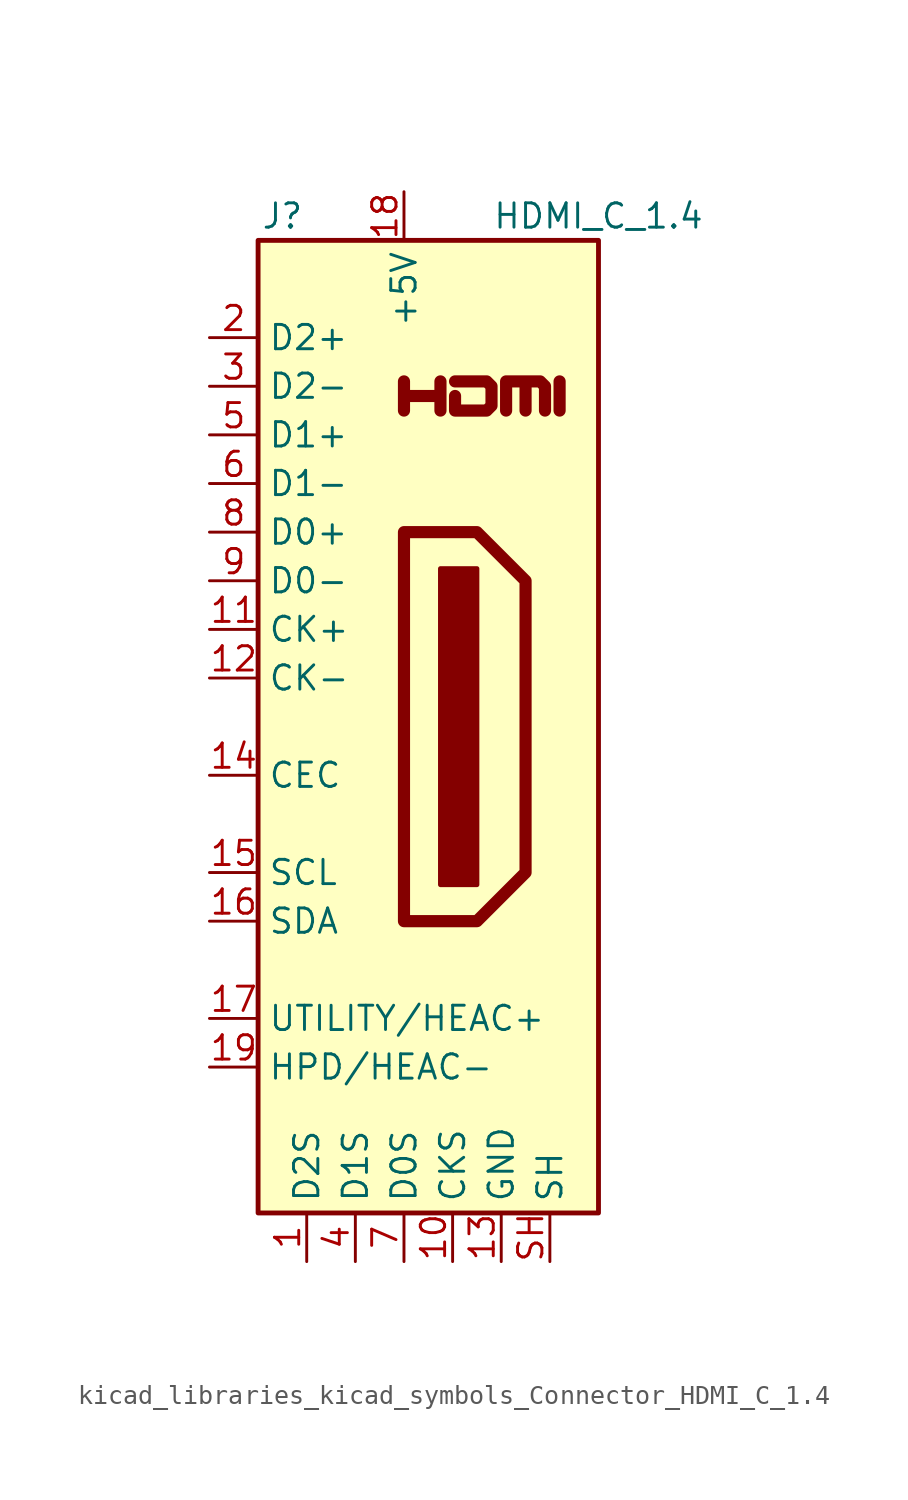
<source format=kicad_sym>
(kicad_symbol_lib
  (version 20220914)
  (generator kicad_symbol_editor)
  (symbol "kicad_libraries_kicad_symbols_Connector_HDMI_C_1.4"
    (property "Reference" "J"
      (at -6.35 26.67 0)
      (effects (font (size 1.27 1.27))))
    (property "Value" "HDMI_C_1.4"
      (at 10.16 26.67 0)
      (effects (font (size 1.27 1.27))))
    (symbol "kicad_libraries_kicad_symbols_Connector_HDMI_C_1.4_0_0"
      (polyline (pts (xy 8.128 16.51) (xy 8.128 18.034)) (stroke (width 0.635) (type default)) (fill (type none)))
      (polyline (pts (xy 0 16.51) (xy 0 18.034) (xy 0 17.272) (xy 1.905 17.272) (xy 1.905 18.034) (xy 1.905 16.51)) (stroke (width 0.635) (type default)) (fill (type none)))
      (polyline (pts (xy 2.667 18.034) (xy 4.318 18.034) (xy 4.572 17.78) (xy 4.572 16.764) (xy 4.318 16.51) (xy 2.667 16.51) (xy 2.667 17.272)) (stroke (width 0.635) (type default)) (fill (type none))))
    (symbol "kicad_libraries_kicad_symbols_Connector_HDMI_C_1.4_0_1"
      (rectangle (start -7.62 25.4) (end 10.16 -25.4) (stroke (width 0.254) (type default)) (fill (type background)))
      (polyline (pts (xy 0 10.16) (xy 3.81 10.16) (xy 6.35 7.62) (xy 6.35 -7.62) (xy 3.81 -10.16) (xy 0 -10.16) (xy 0 10.16)) (stroke (width 0.635) (type default)) (fill (type none)))
      (polyline (pts (xy 5.334 16.51) (xy 5.334 18.034) (xy 6.35 18.034) (xy 6.35 16.51) (xy 6.35 18.034) (xy 7.112 18.034) (xy 7.366 17.78) (xy 7.366 16.51)) (stroke (width 0.635) (type default)) (fill (type none)))
      (rectangle (start 1.905 8.255) (end 3.81 -8.255) (stroke (width 0.254) (type default)) (fill (type outline))))
    (symbol "kicad_libraries_kicad_symbols_Connector_HDMI_C_1.4_1_1"
      (pin power_in line (at -5.08 -27.94 90) (length 2.54) (name "D2S" (effects (font (size 1.27 1.27)))) (number "1" (effects (font (size 1.27 1.27)))))
      (pin power_in line (at 2.54 -27.94 90) (length 2.54) (name "CKS" (effects (font (size 1.27 1.27)))) (number "10" (effects (font (size 1.27 1.27)))))
      (pin passive line (at -10.16 5.08 0) (length 2.54) (name "CK+" (effects (font (size 1.27 1.27)))) (number "11" (effects (font (size 1.27 1.27)))))
      (pin passive line (at -10.16 2.54 0) (length 2.54) (name "CK-" (effects (font (size 1.27 1.27)))) (number "12" (effects (font (size 1.27 1.27)))))
      (pin power_in line (at 5.08 -27.94 90) (length 2.54) (name "GND" (effects (font (size 1.27 1.27)))) (number "13" (effects (font (size 1.27 1.27)))))
      (pin bidirectional line (at -10.16 -2.54 0) (length 2.54) (name "CEC" (effects (font (size 1.27 1.27)))) (number "14" (effects (font (size 1.27 1.27)))))
      (pin passive line (at -10.16 -7.62 0) (length 2.54) (name "SCL" (effects (font (size 1.27 1.27)))) (number "15" (effects (font (size 1.27 1.27)))))
      (pin bidirectional line (at -10.16 -10.16 0) (length 2.54) (name "SDA" (effects (font (size 1.27 1.27)))) (number "16" (effects (font (size 1.27 1.27)))))
      (pin passive line (at -10.16 -15.24 0) (length 2.54) (name "UTILITY/HEAC+" (effects (font (size 1.27 1.27)))) (number "17" (effects (font (size 1.27 1.27)))))
      (pin power_in line (at 0 27.94 270) (length 2.54) (name "+5V" (effects (font (size 1.27 1.27)))) (number "18" (effects (font (size 1.27 1.27)))))
      (pin passive line (at -10.16 -17.78 0) (length 2.54) (name "HPD/HEAC-" (effects (font (size 1.27 1.27)))) (number "19" (effects (font (size 1.27 1.27)))))
      (pin passive line (at -10.16 20.32 0) (length 2.54) (name "D2+" (effects (font (size 1.27 1.27)))) (number "2" (effects (font (size 1.27 1.27)))))
      (pin passive line (at -10.16 17.78 0) (length 2.54) (name "D2-" (effects (font (size 1.27 1.27)))) (number "3" (effects (font (size 1.27 1.27)))))
      (pin power_in line (at -2.54 -27.94 90) (length 2.54) (name "D1S" (effects (font (size 1.27 1.27)))) (number "4" (effects (font (size 1.27 1.27)))))
      (pin passive line (at -10.16 15.24 0) (length 2.54) (name "D1+" (effects (font (size 1.27 1.27)))) (number "5" (effects (font (size 1.27 1.27)))))
      (pin passive line (at -10.16 12.7 0) (length 2.54) (name "D1-" (effects (font (size 1.27 1.27)))) (number "6" (effects (font (size 1.27 1.27)))))
      (pin power_in line (at 0 -27.94 90) (length 2.54) (name "D0S" (effects (font (size 1.27 1.27)))) (number "7" (effects (font (size 1.27 1.27)))))
      (pin passive line (at -10.16 10.16 0) (length 2.54) (name "D0+" (effects (font (size 1.27 1.27)))) (number "8" (effects (font (size 1.27 1.27)))))
      (pin passive line (at -10.16 7.62 0) (length 2.54) (name "D0-" (effects (font (size 1.27 1.27)))) (number "9" (effects (font (size 1.27 1.27)))))
      (pin passive line (at 7.62 -27.94 90) (length 2.54) (name "SH" (effects (font (size 1.27 1.27)))) (number "SH" (effects (font (size 1.27 1.27))))))))
</source>
